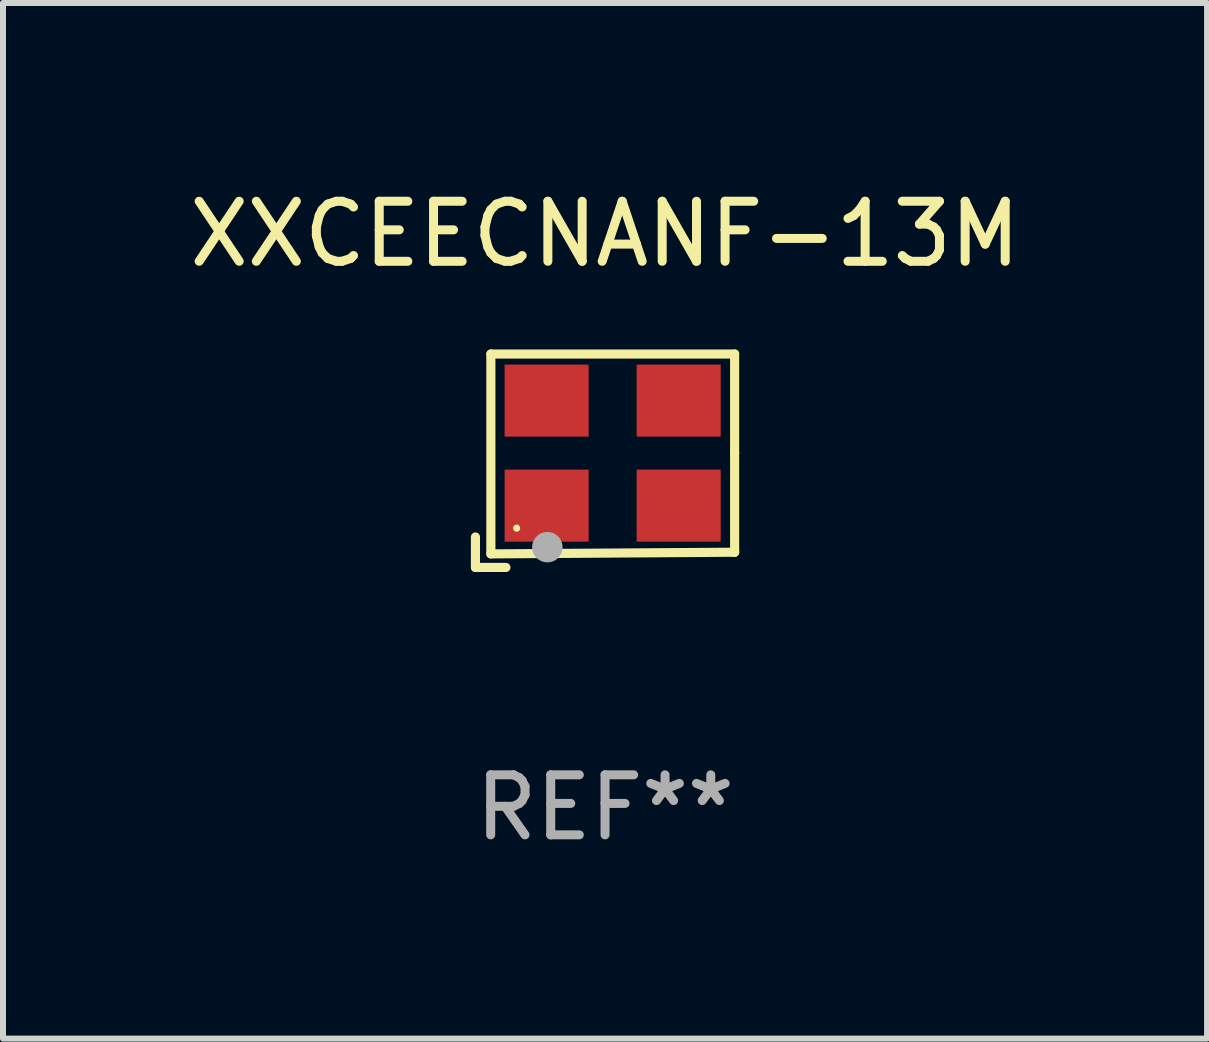
<source format=kicad_pcb>
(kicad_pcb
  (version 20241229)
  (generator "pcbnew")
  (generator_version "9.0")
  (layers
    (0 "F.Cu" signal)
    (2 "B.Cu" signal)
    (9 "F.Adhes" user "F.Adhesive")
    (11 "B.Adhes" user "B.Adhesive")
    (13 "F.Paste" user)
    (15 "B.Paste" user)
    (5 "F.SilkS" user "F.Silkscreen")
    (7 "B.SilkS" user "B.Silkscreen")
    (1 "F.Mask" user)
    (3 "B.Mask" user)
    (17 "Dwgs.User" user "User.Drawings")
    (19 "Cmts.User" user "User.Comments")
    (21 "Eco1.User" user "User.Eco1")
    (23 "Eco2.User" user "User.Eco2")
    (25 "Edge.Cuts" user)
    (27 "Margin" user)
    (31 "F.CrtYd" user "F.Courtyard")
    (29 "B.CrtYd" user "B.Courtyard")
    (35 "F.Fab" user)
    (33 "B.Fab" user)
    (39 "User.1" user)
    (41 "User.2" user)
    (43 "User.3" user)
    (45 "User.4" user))
  (footprint "XXCEECNANF-13M"
    (layer "F.Cu")
    (at 7.03 4.626)
    (property "Reference" "XXCEECNANF-13M" (at 0 -3.778 0) (layer "F.SilkS") (effects (font (size 1 1) (thickness 0.15))))
    (attr through_hole)
    (fp_line (start -2.159 1.27) (end -2.159 1.778) (stroke (width 0.152) (type solid)) (layer "F.SilkS"))
    (fp_line (start -2.159 1.778) (end -1.651 1.778) (stroke (width 0.152) (type solid)) (layer "F.SilkS"))
    (fp_line (start -1.902 -1.778) (end 2.159 -1.778) (stroke (width 0.152) (type solid)) (layer "F.SilkS"))
    (fp_line (start -1.902 1.552) (end -1.902 -1.778) (stroke (width 0.152) (type solid)) (layer "F.SilkS"))
    (fp_line (start 2.159 -1.778) (end 2.159 -0.127) (stroke (width 0.152) (type solid)) (layer "F.SilkS"))
    (fp_line (start 2.159 -0.127) (end 2.159 1.524) (stroke (width 0.152) (type solid)) (layer "F.SilkS"))
    (fp_line (start 2.159 1.524) (end -1.902 1.552) (stroke (width 0.152) (type solid)) (layer "F.SilkS"))
    (fp_line (start 2.159 1.524) (end 2.159 1.524) (stroke (width 0.152) (type solid)) (layer "F.SilkS"))
    (fp_circle (center -1.473 1.123) (end -1.443 1.123) (stroke (width 0.06) (type solid)) (fill no) (layer "F.SilkS"))
    (fp_circle (center -0.961 1.44) (end -0.834 1.44) (stroke (width 0.254) (type solid)) (fill no) (layer "F.Fab"))
    (fp_text user "REF**" (at 0 5.778 0) (layer "F.Fab") (effects (font (size 1 1) (thickness 0.15))))
    (pad "1" smd rect (at -0.973 0.748) (size 1.4 1.2) (layers "F.Cu" "F.Mask" "F.Paste"))
    (pad "2" smd rect (at 1.227 0.748) (size 1.4 1.2) (layers "F.Cu" "F.Mask" "F.Paste"))
    (pad "3" smd rect (at 1.227 -1.002) (size 1.4 1.2) (layers "F.Cu" "F.Mask" "F.Paste"))
    (pad "4" smd rect (at -0.973 -1.002) (size 1.4 1.2) (layers "F.Cu" "F.Mask" "F.Paste")))
  (gr_rect
    (start -3 -3)
    (end 17.06 14.253)
    (stroke (width 0.1) (type default))
    (fill no)
    (layer "Edge.Cuts")))
</source>
